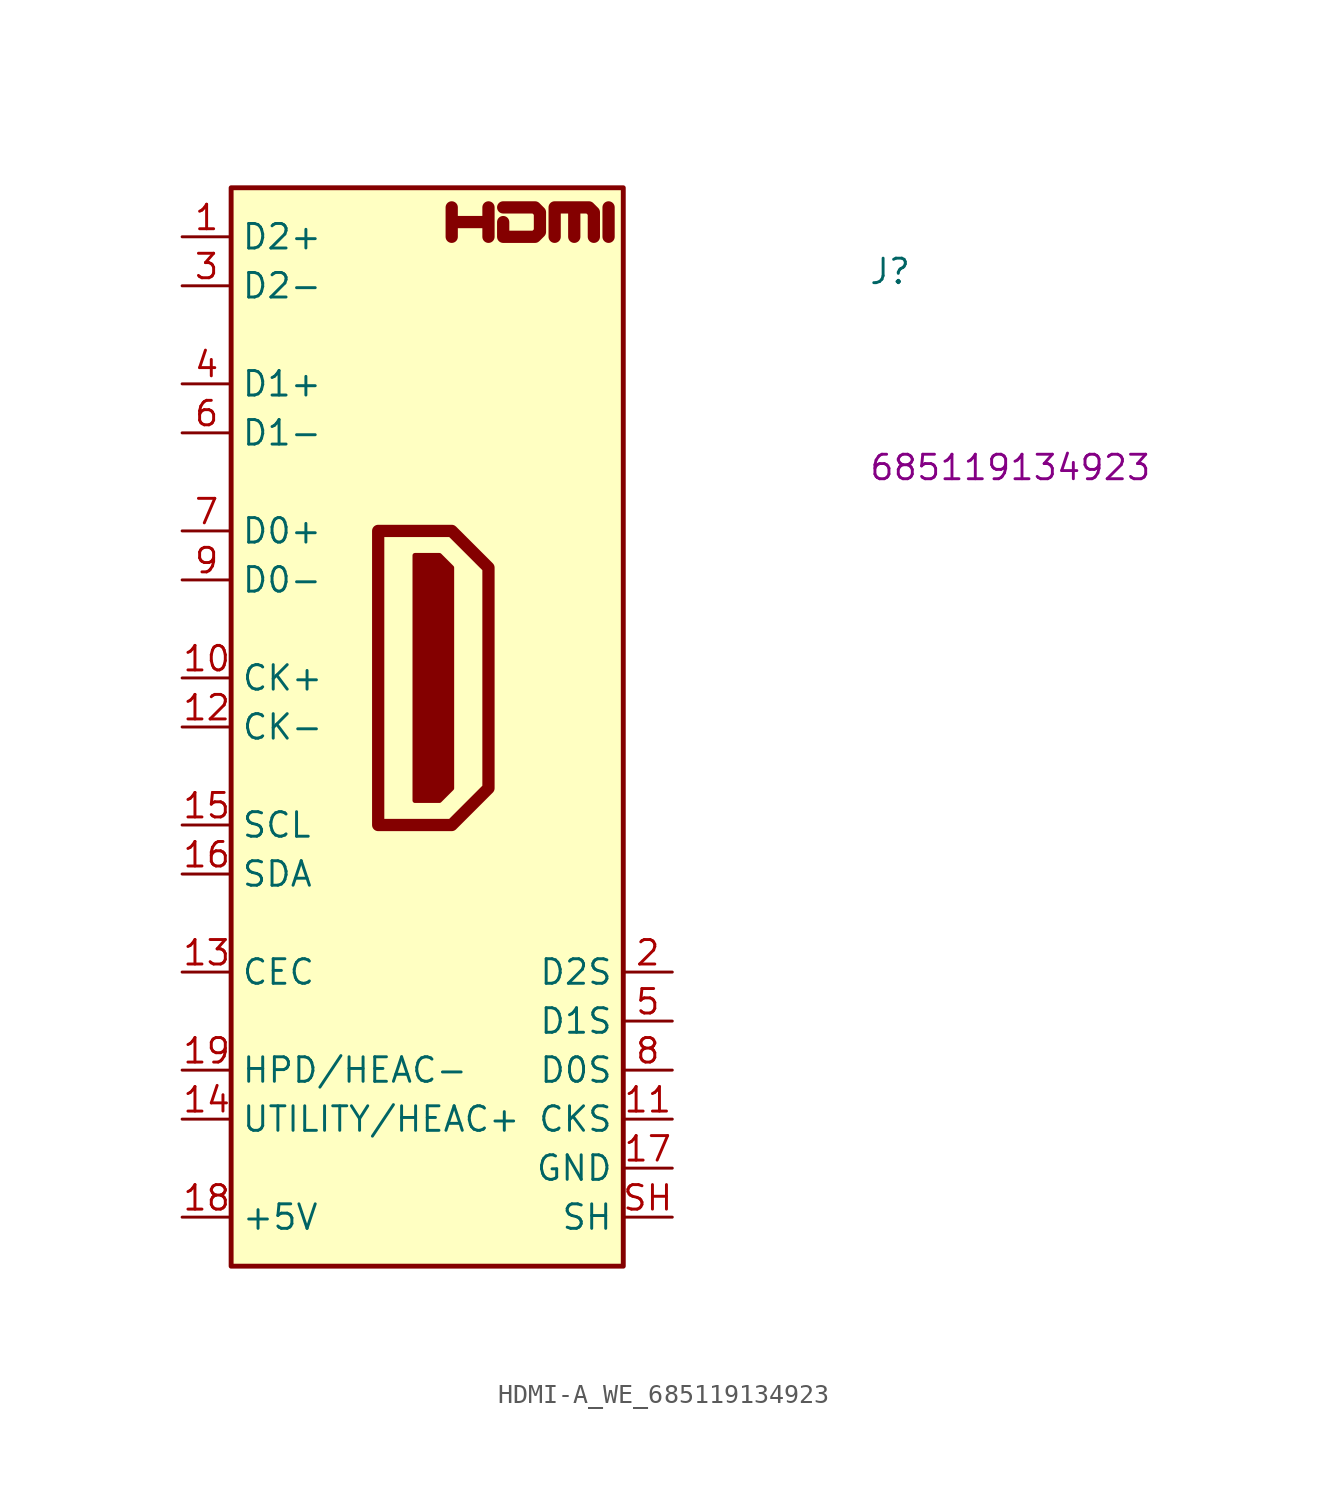
<source format=kicad_sym>
(kicad_symbol_lib
  (version 20220914)
  (generator kicad_symbol_editor)
  (symbol "HDMI-A_WE_685119134923"
    (property "Reference" "J"
      (at 35.56 -2.54 0)
      (effects (font (size 1.27 1.27) (thickness 0.15)) (justify left bottom)))
    (property "MPN" "685119134923"
      (at 35.56 -12.7 0)
      (effects (font (size 1.27 1.27) (thickness 0.15)) (justify left bottom)))
    (symbol "HDMI-A_WE_685119134923_0_0"
      (polyline (pts (xy 22.098 0) (xy 22.098 1.524)) (stroke (width 0.635) (type default)) (fill (type none)))
      (polyline (pts (xy 13.97 0) (xy 13.97 1.524) (xy 13.97 0.762) (xy 15.875 0.762) (xy 15.875 1.524) (xy 15.875 0)) (stroke (width 0.635) (type default)) (fill (type none)))
      (polyline (pts (xy 16.637 1.524) (xy 18.288 1.524) (xy 18.542 1.27) (xy 18.542 0.254) (xy 18.288 0) (xy 16.637 0) (xy 16.637 0.762)) (stroke (width 0.635) (type default)) (fill (type none))))
    (symbol "HDMI-A_WE_685119134923_0_1"
      (polyline (pts (xy 10.16 -15.24) (xy 13.97 -15.24) (xy 15.875 -17.145) (xy 15.875 -28.575) (xy 13.97 -30.48) (xy 10.16 -30.48) (xy 10.16 -15.24)) (stroke (width 0.635) (type default)) (fill (type none)))
      (polyline (pts (xy 12.065 -16.51) (xy 13.335 -16.51) (xy 13.97 -17.145) (xy 13.97 -28.575) (xy 13.335 -29.21) (xy 12.065 -29.21) (xy 12.065 -16.51)) (stroke (width 0.254) (type default)) (fill (type outline)))
      (polyline (pts (xy 19.304 0) (xy 19.304 1.524) (xy 20.32 1.524) (xy 20.32 0) (xy 20.32 1.524) (xy 21.082 1.524) (xy 21.336 1.27) (xy 21.336 0)) (stroke (width 0.635) (type default)) (fill (type none))))
    (symbol "HDMI-A_WE_685119134923_1_1"
      (rectangle (start 2.54 2.54) (end 22.86 -53.34) (stroke (width 0.254) (type default)) (fill (type background)))
      (pin bidirectional line (at 0 0 0) (length 2.54) (name "D2+" (effects (font (size 1.27 1.27)))) (number "1" (effects (font (size 1.27 1.27)))))
      (pin bidirectional line (at 0 -22.86 0) (length 2.54) (name "CK+" (effects (font (size 1.27 1.27)))) (number "10" (effects (font (size 1.27 1.27)))))
      (pin passive line (at 25.4 -45.72 180) (length 2.54) (name "CKS" (effects (font (size 1.27 1.27)))) (number "11" (effects (font (size 1.27 1.27)))))
      (pin bidirectional line (at 0 -25.4 0) (length 2.54) (name "CK-" (effects (font (size 1.27 1.27)))) (number "12" (effects (font (size 1.27 1.27)))))
      (pin bidirectional line (at 0 -38.1 0) (length 2.54) (name "CEC" (effects (font (size 1.27 1.27)))) (number "13" (effects (font (size 1.27 1.27)))))
      (pin bidirectional line (at 0 -45.72 0) (length 2.54) (name "UTILITY/HEAC+" (effects (font (size 1.27 1.27)))) (number "14" (effects (font (size 1.27 1.27)))) (alternate "HEAC+" passive line) (alternate "UTILITY" passive line))
      (pin bidirectional line (at 0 -30.48 0) (length 2.54) (name "SCL" (effects (font (size 1.27 1.27)))) (number "15" (effects (font (size 1.27 1.27)))))
      (pin bidirectional line (at 0 -33.02 0) (length 2.54) (name "SDA" (effects (font (size 1.27 1.27)))) (number "16" (effects (font (size 1.27 1.27)))))
      (pin power_in line (at 25.4 -48.26 180) (length 2.54) (name "GND" (effects (font (size 1.27 1.27)))) (number "17" (effects (font (size 1.27 1.27)))))
      (pin power_in line (at 0 -50.8 0) (length 2.54) (name "+5V" (effects (font (size 1.27 1.27)))) (number "18" (effects (font (size 1.27 1.27)))))
      (pin bidirectional line (at 0 -43.18 0) (length 2.54) (name "HPD/HEAC-" (effects (font (size 1.27 1.27)))) (number "19" (effects (font (size 1.27 1.27)))) (alternate "HEAC-" passive line) (alternate "HPD" passive line))
      (pin passive line (at 25.4 -38.1 180) (length 2.54) (name "D2S" (effects (font (size 1.27 1.27)))) (number "2" (effects (font (size 1.27 1.27)))))
      (pin bidirectional line (at 0 -2.54 0) (length 2.54) (name "D2-" (effects (font (size 1.27 1.27)))) (number "3" (effects (font (size 1.27 1.27)))))
      (pin bidirectional line (at 0 -7.62 0) (length 2.54) (name "D1+" (effects (font (size 1.27 1.27)))) (number "4" (effects (font (size 1.27 1.27)))))
      (pin passive line (at 25.4 -40.64 180) (length 2.54) (name "D1S" (effects (font (size 1.27 1.27)))) (number "5" (effects (font (size 1.27 1.27)))))
      (pin bidirectional line (at 0 -10.16 0) (length 2.54) (name "D1-" (effects (font (size 1.27 1.27)))) (number "6" (effects (font (size 1.27 1.27)))))
      (pin bidirectional line (at 0 -15.24 0) (length 2.54) (name "D0+" (effects (font (size 1.27 1.27)))) (number "7" (effects (font (size 1.27 1.27)))))
      (pin passive line (at 25.4 -43.18 180) (length 2.54) (name "D0S" (effects (font (size 1.27 1.27)))) (number "8" (effects (font (size 1.27 1.27)))))
      (pin bidirectional line (at 0 -17.78 0) (length 2.54) (name "D0-" (effects (font (size 1.27 1.27)))) (number "9" (effects (font (size 1.27 1.27)))))
      (pin passive line (at 25.4 -50.8 180) (length 2.54) (name "SH" (effects (font (size 1.27 1.27)))) (number "SH" (effects (font (size 1.27 1.27))))))))
</source>
